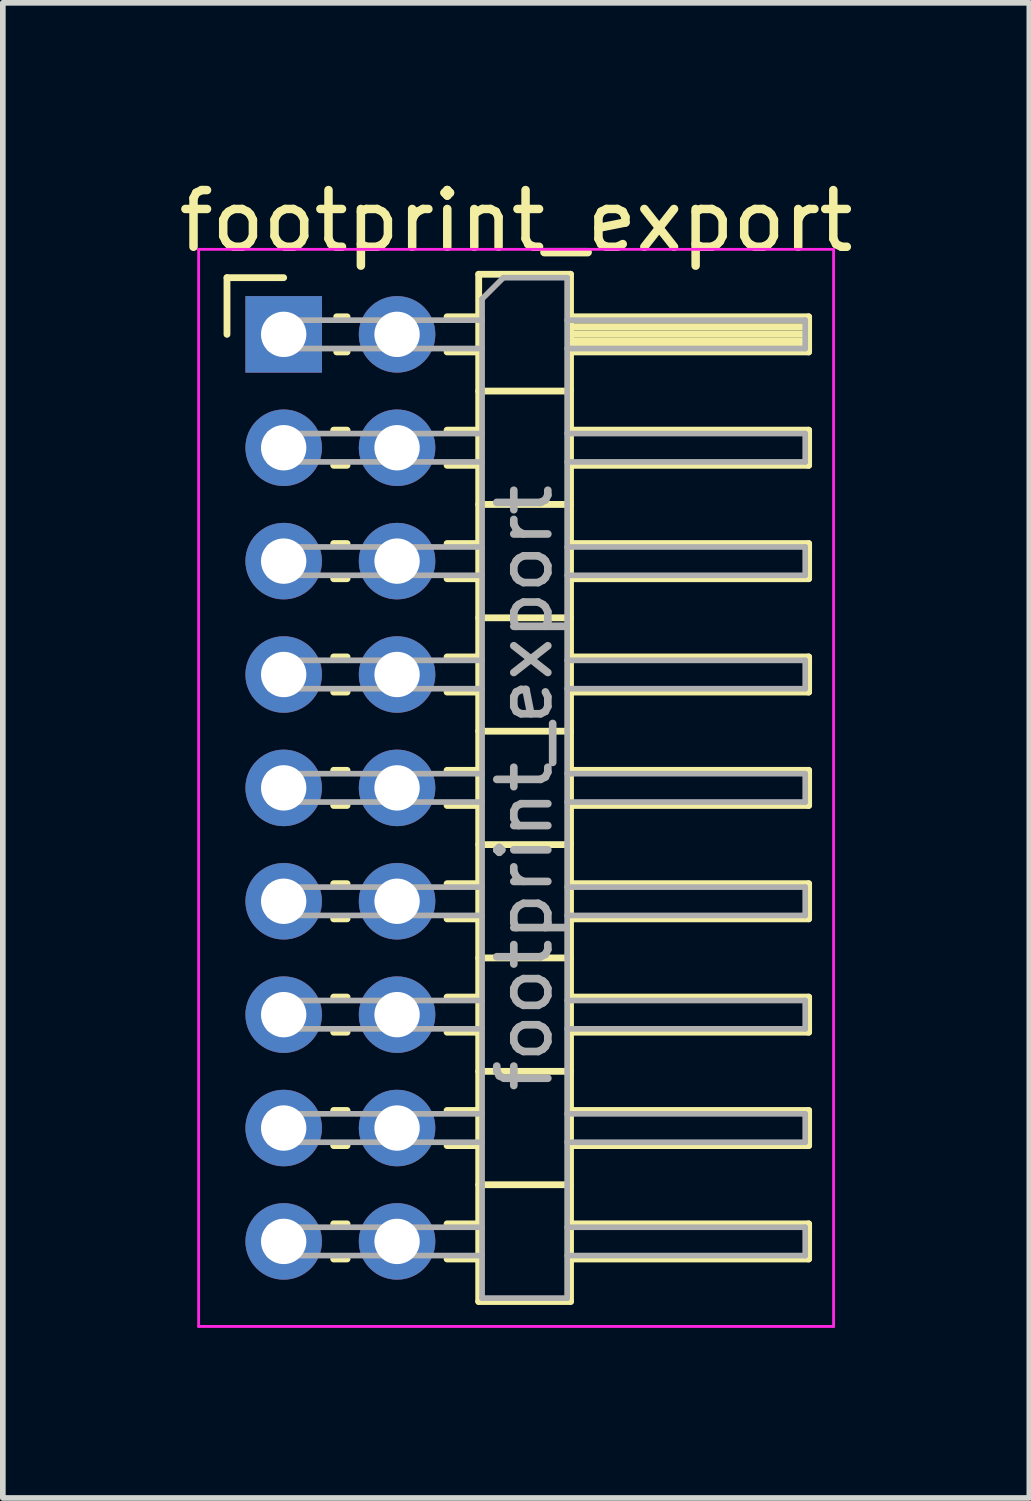
<source format=kicad_pcb>
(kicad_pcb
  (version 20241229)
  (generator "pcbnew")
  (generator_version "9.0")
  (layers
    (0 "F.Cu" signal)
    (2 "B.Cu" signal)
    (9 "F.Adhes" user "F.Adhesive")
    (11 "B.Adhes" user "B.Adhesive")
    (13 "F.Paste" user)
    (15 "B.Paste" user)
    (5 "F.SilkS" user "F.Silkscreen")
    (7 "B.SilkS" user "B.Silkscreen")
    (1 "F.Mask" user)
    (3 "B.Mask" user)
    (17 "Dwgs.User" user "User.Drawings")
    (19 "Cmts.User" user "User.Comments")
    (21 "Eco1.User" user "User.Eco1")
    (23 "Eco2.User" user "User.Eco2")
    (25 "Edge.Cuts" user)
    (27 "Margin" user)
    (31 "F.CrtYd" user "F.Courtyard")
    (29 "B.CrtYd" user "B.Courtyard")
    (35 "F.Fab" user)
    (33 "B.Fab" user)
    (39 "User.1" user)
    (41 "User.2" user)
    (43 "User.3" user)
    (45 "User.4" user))
  (footprint "footprint_export"
    (layer "F.Cu")
    (at 1.954 2.848)
    (property "Reference" "footprint_export" (at 4.1 -2 0) (layer "F.SilkS") (effects (font (size 1 1) (thickness 0.15))))
    (attr through_hole)
    (fp_line (start -1 -1) (end 0 -1) (stroke (width 0.12) (type solid)) (layer "F.SilkS"))
    (fp_line (start -1 0) (end -1 -1) (stroke (width 0.12) (type solid)) (layer "F.SilkS"))
    (fp_line (start 0.882 1.69) (end 1.118 1.69) (stroke (width 0.12) (type solid)) (layer "F.SilkS"))
    (fp_line (start 0.882 2.31) (end 1.118 2.31) (stroke (width 0.12) (type solid)) (layer "F.SilkS"))
    (fp_line (start 0.882 3.69) (end 1.118 3.69) (stroke (width 0.12) (type solid)) (layer "F.SilkS"))
    (fp_line (start 0.882 4.31) (end 1.118 4.31) (stroke (width 0.12) (type solid)) (layer "F.SilkS"))
    (fp_line (start 0.882 5.69) (end 1.118 5.69) (stroke (width 0.12) (type solid)) (layer "F.SilkS"))
    (fp_line (start 0.882 6.31) (end 1.118 6.31) (stroke (width 0.12) (type solid)) (layer "F.SilkS"))
    (fp_line (start 0.882 7.69) (end 1.118 7.69) (stroke (width 0.12) (type solid)) (layer "F.SilkS"))
    (fp_line (start 0.882 8.31) (end 1.118 8.31) (stroke (width 0.12) (type solid)) (layer "F.SilkS"))
    (fp_line (start 0.882 9.69) (end 1.118 9.69) (stroke (width 0.12) (type solid)) (layer "F.SilkS"))
    (fp_line (start 0.882 10.31) (end 1.118 10.31) (stroke (width 0.12) (type solid)) (layer "F.SilkS"))
    (fp_line (start 0.882 11.69) (end 1.118 11.69) (stroke (width 0.12) (type solid)) (layer "F.SilkS"))
    (fp_line (start 0.882 12.31) (end 1.118 12.31) (stroke (width 0.12) (type solid)) (layer "F.SilkS"))
    (fp_line (start 0.882 13.69) (end 1.118 13.69) (stroke (width 0.12) (type solid)) (layer "F.SilkS"))
    (fp_line (start 0.882 14.31) (end 1.118 14.31) (stroke (width 0.12) (type solid)) (layer "F.SilkS"))
    (fp_line (start 0.882 15.69) (end 1.118 15.69) (stroke (width 0.12) (type solid)) (layer "F.SilkS"))
    (fp_line (start 0.882 16.31) (end 1.118 16.31) (stroke (width 0.12) (type solid)) (layer "F.SilkS"))
    (fp_line (start 0.935 -0.31) (end 1.118 -0.31) (stroke (width 0.12) (type solid)) (layer "F.SilkS"))
    (fp_line (start 0.935 0.31) (end 1.118 0.31) (stroke (width 0.12) (type solid)) (layer "F.SilkS"))
    (fp_line (start 2.882 -0.31) (end 3.44 -0.31) (stroke (width 0.12) (type solid)) (layer "F.SilkS"))
    (fp_line (start 2.882 0.31) (end 3.44 0.31) (stroke (width 0.12) (type solid)) (layer "F.SilkS"))
    (fp_line (start 2.882 1.69) (end 3.44 1.69) (stroke (width 0.12) (type solid)) (layer "F.SilkS"))
    (fp_line (start 2.882 2.31) (end 3.44 2.31) (stroke (width 0.12) (type solid)) (layer "F.SilkS"))
    (fp_line (start 2.882 3.69) (end 3.44 3.69) (stroke (width 0.12) (type solid)) (layer "F.SilkS"))
    (fp_line (start 2.882 4.31) (end 3.44 4.31) (stroke (width 0.12) (type solid)) (layer "F.SilkS"))
    (fp_line (start 2.882 5.69) (end 3.44 5.69) (stroke (width 0.12) (type solid)) (layer "F.SilkS"))
    (fp_line (start 2.882 6.31) (end 3.44 6.31) (stroke (width 0.12) (type solid)) (layer "F.SilkS"))
    (fp_line (start 2.882 7.69) (end 3.44 7.69) (stroke (width 0.12) (type solid)) (layer "F.SilkS"))
    (fp_line (start 2.882 8.31) (end 3.44 8.31) (stroke (width 0.12) (type solid)) (layer "F.SilkS"))
    (fp_line (start 2.882 9.69) (end 3.44 9.69) (stroke (width 0.12) (type solid)) (layer "F.SilkS"))
    (fp_line (start 2.882 10.31) (end 3.44 10.31) (stroke (width 0.12) (type solid)) (layer "F.SilkS"))
    (fp_line (start 2.882 11.69) (end 3.44 11.69) (stroke (width 0.12) (type solid)) (layer "F.SilkS"))
    (fp_line (start 2.882 12.31) (end 3.44 12.31) (stroke (width 0.12) (type solid)) (layer "F.SilkS"))
    (fp_line (start 2.882 13.69) (end 3.44 13.69) (stroke (width 0.12) (type solid)) (layer "F.SilkS"))
    (fp_line (start 2.882 14.31) (end 3.44 14.31) (stroke (width 0.12) (type solid)) (layer "F.SilkS"))
    (fp_line (start 2.882 15.69) (end 3.44 15.69) (stroke (width 0.12) (type solid)) (layer "F.SilkS"))
    (fp_line (start 2.882 16.31) (end 3.44 16.31) (stroke (width 0.12) (type solid)) (layer "F.SilkS"))
    (fp_line (start 3.44 -1.06) (end 3.44 17.06) (stroke (width 0.12) (type solid)) (layer "F.SilkS"))
    (fp_line (start 3.44 1) (end 5.06 1) (stroke (width 0.12) (type solid)) (layer "F.SilkS"))
    (fp_line (start 3.44 3) (end 5.06 3) (stroke (width 0.12) (type solid)) (layer "F.SilkS"))
    (fp_line (start 3.44 5) (end 5.06 5) (stroke (width 0.12) (type solid)) (layer "F.SilkS"))
    (fp_line (start 3.44 7) (end 5.06 7) (stroke (width 0.12) (type solid)) (layer "F.SilkS"))
    (fp_line (start 3.44 9) (end 5.06 9) (stroke (width 0.12) (type solid)) (layer "F.SilkS"))
    (fp_line (start 3.44 11) (end 5.06 11) (stroke (width 0.12) (type solid)) (layer "F.SilkS"))
    (fp_line (start 3.44 13) (end 5.06 13) (stroke (width 0.12) (type solid)) (layer "F.SilkS"))
    (fp_line (start 3.44 15) (end 5.06 15) (stroke (width 0.12) (type solid)) (layer "F.SilkS"))
    (fp_line (start 3.44 17.06) (end 5.06 17.06) (stroke (width 0.12) (type solid)) (layer "F.SilkS"))
    (fp_line (start 5.06 -1.06) (end 3.44 -1.06) (stroke (width 0.12) (type solid)) (layer "F.SilkS"))
    (fp_line (start 5.06 -0.31) (end 9.26 -0.31) (stroke (width 0.12) (type solid)) (layer "F.SilkS"))
    (fp_line (start 5.06 -0.25) (end 9.26 -0.25) (stroke (width 0.12) (type solid)) (layer "F.SilkS"))
    (fp_line (start 5.06 -0.13) (end 9.26 -0.13) (stroke (width 0.12) (type solid)) (layer "F.SilkS"))
    (fp_line (start 5.06 -0.01) (end 9.26 -0.01) (stroke (width 0.12) (type solid)) (layer "F.SilkS"))
    (fp_line (start 5.06 0.11) (end 9.26 0.11) (stroke (width 0.12) (type solid)) (layer "F.SilkS"))
    (fp_line (start 5.06 0.23) (end 9.26 0.23) (stroke (width 0.12) (type solid)) (layer "F.SilkS"))
    (fp_line (start 5.06 1.69) (end 9.26 1.69) (stroke (width 0.12) (type solid)) (layer "F.SilkS"))
    (fp_line (start 5.06 3.69) (end 9.26 3.69) (stroke (width 0.12) (type solid)) (layer "F.SilkS"))
    (fp_line (start 5.06 5.69) (end 9.26 5.69) (stroke (width 0.12) (type solid)) (layer "F.SilkS"))
    (fp_line (start 5.06 7.69) (end 9.26 7.69) (stroke (width 0.12) (type solid)) (layer "F.SilkS"))
    (fp_line (start 5.06 9.69) (end 9.26 9.69) (stroke (width 0.12) (type solid)) (layer "F.SilkS"))
    (fp_line (start 5.06 11.69) (end 9.26 11.69) (stroke (width 0.12) (type solid)) (layer "F.SilkS"))
    (fp_line (start 5.06 13.69) (end 9.26 13.69) (stroke (width 0.12) (type solid)) (layer "F.SilkS"))
    (fp_line (start 5.06 15.69) (end 9.26 15.69) (stroke (width 0.12) (type solid)) (layer "F.SilkS"))
    (fp_line (start 5.06 17.06) (end 5.06 -1.06) (stroke (width 0.12) (type solid)) (layer "F.SilkS"))
    (fp_line (start 9.26 -0.31) (end 9.26 0.31) (stroke (width 0.12) (type solid)) (layer "F.SilkS"))
    (fp_line (start 9.26 0.31) (end 5.06 0.31) (stroke (width 0.12) (type solid)) (layer "F.SilkS"))
    (fp_line (start 9.26 1.69) (end 9.26 2.31) (stroke (width 0.12) (type solid)) (layer "F.SilkS"))
    (fp_line (start 9.26 2.31) (end 5.06 2.31) (stroke (width 0.12) (type solid)) (layer "F.SilkS"))
    (fp_line (start 9.26 3.69) (end 9.26 4.31) (stroke (width 0.12) (type solid)) (layer "F.SilkS"))
    (fp_line (start 9.26 4.31) (end 5.06 4.31) (stroke (width 0.12) (type solid)) (layer "F.SilkS"))
    (fp_line (start 9.26 5.69) (end 9.26 6.31) (stroke (width 0.12) (type solid)) (layer "F.SilkS"))
    (fp_line (start 9.26 6.31) (end 5.06 6.31) (stroke (width 0.12) (type solid)) (layer "F.SilkS"))
    (fp_line (start 9.26 7.69) (end 9.26 8.31) (stroke (width 0.12) (type solid)) (layer "F.SilkS"))
    (fp_line (start 9.26 8.31) (end 5.06 8.31) (stroke (width 0.12) (type solid)) (layer "F.SilkS"))
    (fp_line (start 9.26 9.69) (end 9.26 10.31) (stroke (width 0.12) (type solid)) (layer "F.SilkS"))
    (fp_line (start 9.26 10.31) (end 5.06 10.31) (stroke (width 0.12) (type solid)) (layer "F.SilkS"))
    (fp_line (start 9.26 11.69) (end 9.26 12.31) (stroke (width 0.12) (type solid)) (layer "F.SilkS"))
    (fp_line (start 9.26 12.31) (end 5.06 12.31) (stroke (width 0.12) (type solid)) (layer "F.SilkS"))
    (fp_line (start 9.26 13.69) (end 9.26 14.31) (stroke (width 0.12) (type solid)) (layer "F.SilkS"))
    (fp_line (start 9.26 14.31) (end 5.06 14.31) (stroke (width 0.12) (type solid)) (layer "F.SilkS"))
    (fp_line (start 9.26 15.69) (end 9.26 16.31) (stroke (width 0.12) (type solid)) (layer "F.SilkS"))
    (fp_line (start 9.26 16.31) (end 5.06 16.31) (stroke (width 0.12) (type solid)) (layer "F.SilkS"))
    (fp_line (start -1.5 -1.5) (end -1.5 17.5) (stroke (width 0.05) (type solid)) (layer "F.CrtYd"))
    (fp_line (start -1.5 17.5) (end 9.7 17.5) (stroke (width 0.05) (type solid)) (layer "F.CrtYd"))
    (fp_line (start 9.7 -1.5) (end -1.5 -1.5) (stroke (width 0.05) (type solid)) (layer "F.CrtYd"))
    (fp_line (start 9.7 17.5) (end 9.7 -1.5) (stroke (width 0.05) (type solid)) (layer "F.CrtYd"))
    (fp_line (start -0.25 -0.25) (end -0.25 0.25) (stroke (width 0.1) (type solid)) (layer "F.Fab"))
    (fp_line (start -0.25 -0.25) (end 3.5 -0.25) (stroke (width 0.1) (type solid)) (layer "F.Fab"))
    (fp_line (start -0.25 0.25) (end 3.5 0.25) (stroke (width 0.1) (type solid)) (layer "F.Fab"))
    (fp_line (start -0.25 1.75) (end -0.25 2.25) (stroke (width 0.1) (type solid)) (layer "F.Fab"))
    (fp_line (start -0.25 1.75) (end 3.5 1.75) (stroke (width 0.1) (type solid)) (layer "F.Fab"))
    (fp_line (start -0.25 2.25) (end 3.5 2.25) (stroke (width 0.1) (type solid)) (layer "F.Fab"))
    (fp_line (start -0.25 3.75) (end -0.25 4.25) (stroke (width 0.1) (type solid)) (layer "F.Fab"))
    (fp_line (start -0.25 3.75) (end 3.5 3.75) (stroke (width 0.1) (type solid)) (layer "F.Fab"))
    (fp_line (start -0.25 4.25) (end 3.5 4.25) (stroke (width 0.1) (type solid)) (layer "F.Fab"))
    (fp_line (start -0.25 5.75) (end -0.25 6.25) (stroke (width 0.1) (type solid)) (layer "F.Fab"))
    (fp_line (start -0.25 5.75) (end 3.5 5.75) (stroke (width 0.1) (type solid)) (layer "F.Fab"))
    (fp_line (start -0.25 6.25) (end 3.5 6.25) (stroke (width 0.1) (type solid)) (layer "F.Fab"))
    (fp_line (start -0.25 7.75) (end -0.25 8.25) (stroke (width 0.1) (type solid)) (layer "F.Fab"))
    (fp_line (start -0.25 7.75) (end 3.5 7.75) (stroke (width 0.1) (type solid)) (layer "F.Fab"))
    (fp_line (start -0.25 8.25) (end 3.5 8.25) (stroke (width 0.1) (type solid)) (layer "F.Fab"))
    (fp_line (start -0.25 9.75) (end -0.25 10.25) (stroke (width 0.1) (type solid)) (layer "F.Fab"))
    (fp_line (start -0.25 9.75) (end 3.5 9.75) (stroke (width 0.1) (type solid)) (layer "F.Fab"))
    (fp_line (start -0.25 10.25) (end 3.5 10.25) (stroke (width 0.1) (type solid)) (layer "F.Fab"))
    (fp_line (start -0.25 11.75) (end -0.25 12.25) (stroke (width 0.1) (type solid)) (layer "F.Fab"))
    (fp_line (start -0.25 11.75) (end 3.5 11.75) (stroke (width 0.1) (type solid)) (layer "F.Fab"))
    (fp_line (start -0.25 12.25) (end 3.5 12.25) (stroke (width 0.1) (type solid)) (layer "F.Fab"))
    (fp_line (start -0.25 13.75) (end -0.25 14.25) (stroke (width 0.1) (type solid)) (layer "F.Fab"))
    (fp_line (start -0.25 13.75) (end 3.5 13.75) (stroke (width 0.1) (type solid)) (layer "F.Fab"))
    (fp_line (start -0.25 14.25) (end 3.5 14.25) (stroke (width 0.1) (type solid)) (layer "F.Fab"))
    (fp_line (start -0.25 15.75) (end -0.25 16.25) (stroke (width 0.1) (type solid)) (layer "F.Fab"))
    (fp_line (start -0.25 15.75) (end 3.5 15.75) (stroke (width 0.1) (type solid)) (layer "F.Fab"))
    (fp_line (start -0.25 16.25) (end 3.5 16.25) (stroke (width 0.1) (type solid)) (layer "F.Fab"))
    (fp_line (start 3.5 -0.625) (end 3.875 -1) (stroke (width 0.1) (type solid)) (layer "F.Fab"))
    (fp_line (start 3.5 17) (end 3.5 -0.625) (stroke (width 0.1) (type solid)) (layer "F.Fab"))
    (fp_line (start 3.875 -1) (end 5 -1) (stroke (width 0.1) (type solid)) (layer "F.Fab"))
    (fp_line (start 5 -1) (end 5 17) (stroke (width 0.1) (type solid)) (layer "F.Fab"))
    (fp_line (start 5 -0.25) (end 9.2 -0.25) (stroke (width 0.1) (type solid)) (layer "F.Fab"))
    (fp_line (start 5 0.25) (end 9.2 0.25) (stroke (width 0.1) (type solid)) (layer "F.Fab"))
    (fp_line (start 5 1.75) (end 9.2 1.75) (stroke (width 0.1) (type solid)) (layer "F.Fab"))
    (fp_line (start 5 2.25) (end 9.2 2.25) (stroke (width 0.1) (type solid)) (layer "F.Fab"))
    (fp_line (start 5 3.75) (end 9.2 3.75) (stroke (width 0.1) (type solid)) (layer "F.Fab"))
    (fp_line (start 5 4.25) (end 9.2 4.25) (stroke (width 0.1) (type solid)) (layer "F.Fab"))
    (fp_line (start 5 5.75) (end 9.2 5.75) (stroke (width 0.1) (type solid)) (layer "F.Fab"))
    (fp_line (start 5 6.25) (end 9.2 6.25) (stroke (width 0.1) (type solid)) (layer "F.Fab"))
    (fp_line (start 5 7.75) (end 9.2 7.75) (stroke (width 0.1) (type solid)) (layer "F.Fab"))
    (fp_line (start 5 8.25) (end 9.2 8.25) (stroke (width 0.1) (type solid)) (layer "F.Fab"))
    (fp_line (start 5 9.75) (end 9.2 9.75) (stroke (width 0.1) (type solid)) (layer "F.Fab"))
    (fp_line (start 5 10.25) (end 9.2 10.25) (stroke (width 0.1) (type solid)) (layer "F.Fab"))
    (fp_line (start 5 11.75) (end 9.2 11.75) (stroke (width 0.1) (type solid)) (layer "F.Fab"))
    (fp_line (start 5 12.25) (end 9.2 12.25) (stroke (width 0.1) (type solid)) (layer "F.Fab"))
    (fp_line (start 5 13.75) (end 9.2 13.75) (stroke (width 0.1) (type solid)) (layer "F.Fab"))
    (fp_line (start 5 14.25) (end 9.2 14.25) (stroke (width 0.1) (type solid)) (layer "F.Fab"))
    (fp_line (start 5 15.75) (end 9.2 15.75) (stroke (width 0.1) (type solid)) (layer "F.Fab"))
    (fp_line (start 5 16.25) (end 9.2 16.25) (stroke (width 0.1) (type solid)) (layer "F.Fab"))
    (fp_line (start 5 17) (end 3.5 17) (stroke (width 0.1) (type solid)) (layer "F.Fab"))
    (fp_line (start 9.2 -0.25) (end 9.2 0.25) (stroke (width 0.1) (type solid)) (layer "F.Fab"))
    (fp_line (start 9.2 1.75) (end 9.2 2.25) (stroke (width 0.1) (type solid)) (layer "F.Fab"))
    (fp_line (start 9.2 3.75) (end 9.2 4.25) (stroke (width 0.1) (type solid)) (layer "F.Fab"))
    (fp_line (start 9.2 5.75) (end 9.2 6.25) (stroke (width 0.1) (type solid)) (layer "F.Fab"))
    (fp_line (start 9.2 7.75) (end 9.2 8.25) (stroke (width 0.1) (type solid)) (layer "F.Fab"))
    (fp_line (start 9.2 9.75) (end 9.2 10.25) (stroke (width 0.1) (type solid)) (layer "F.Fab"))
    (fp_line (start 9.2 11.75) (end 9.2 12.25) (stroke (width 0.1) (type solid)) (layer "F.Fab"))
    (fp_line (start 9.2 13.75) (end 9.2 14.25) (stroke (width 0.1) (type solid)) (layer "F.Fab"))
    (fp_line (start 9.2 15.75) (end 9.2 16.25) (stroke (width 0.1) (type solid)) (layer "F.Fab"))
    (fp_text user "${REFERENCE}" (at 4.25 8 90) (layer "F.Fab") (effects (font (size 0.9 0.9) (thickness 0.135))))
    (pad "1" thru_hole rect (at 0 0) (size 1.35 1.35) (drill 0.8) (layers "*.Cu" "*.Mask"))
    (pad "2" thru_hole oval (at 2 0) (size 1.35 1.35) (drill 0.8) (layers "*.Cu" "*.Mask"))
    (pad "3" thru_hole oval (at 0 2) (size 1.35 1.35) (drill 0.8) (layers "*.Cu" "*.Mask"))
    (pad "4" thru_hole oval (at 2 2) (size 1.35 1.35) (drill 0.8) (layers "*.Cu" "*.Mask"))
    (pad "5" thru_hole oval (at 0 4) (size 1.35 1.35) (drill 0.8) (layers "*.Cu" "*.Mask"))
    (pad "6" thru_hole oval (at 2 4) (size 1.35 1.35) (drill 0.8) (layers "*.Cu" "*.Mask"))
    (pad "7" thru_hole oval (at 0 6) (size 1.35 1.35) (drill 0.8) (layers "*.Cu" "*.Mask"))
    (pad "8" thru_hole oval (at 2 6) (size 1.35 1.35) (drill 0.8) (layers "*.Cu" "*.Mask"))
    (pad "9" thru_hole oval (at 0 8) (size 1.35 1.35) (drill 0.8) (layers "*.Cu" "*.Mask"))
    (pad "10" thru_hole oval (at 2 8) (size 1.35 1.35) (drill 0.8) (layers "*.Cu" "*.Mask"))
    (pad "11" thru_hole oval (at 0 10) (size 1.35 1.35) (drill 0.8) (layers "*.Cu" "*.Mask"))
    (pad "12" thru_hole oval (at 2 10) (size 1.35 1.35) (drill 0.8) (layers "*.Cu" "*.Mask"))
    (pad "13" thru_hole oval (at 0 12) (size 1.35 1.35) (drill 0.8) (layers "*.Cu" "*.Mask"))
    (pad "14" thru_hole oval (at 2 12) (size 1.35 1.35) (drill 0.8) (layers "*.Cu" "*.Mask"))
    (pad "15" thru_hole oval (at 0 14) (size 1.35 1.35) (drill 0.8) (layers "*.Cu" "*.Mask"))
    (pad "16" thru_hole oval (at 2 14) (size 1.35 1.35) (drill 0.8) (layers "*.Cu" "*.Mask"))
    (pad "17" thru_hole oval (at 0 16) (size 1.35 1.35) (drill 0.8) (layers "*.Cu" "*.Mask"))
    (pad "18" thru_hole oval (at 2 16) (size 1.35 1.35) (drill 0.8) (layers "*.Cu" "*.Mask")))
  (gr_rect
    (start -3 -3)
    (end 15.107 23.373)
    (stroke (width 0.1) (type default))
    (fill no)
    (layer "Edge.Cuts")))
</source>
